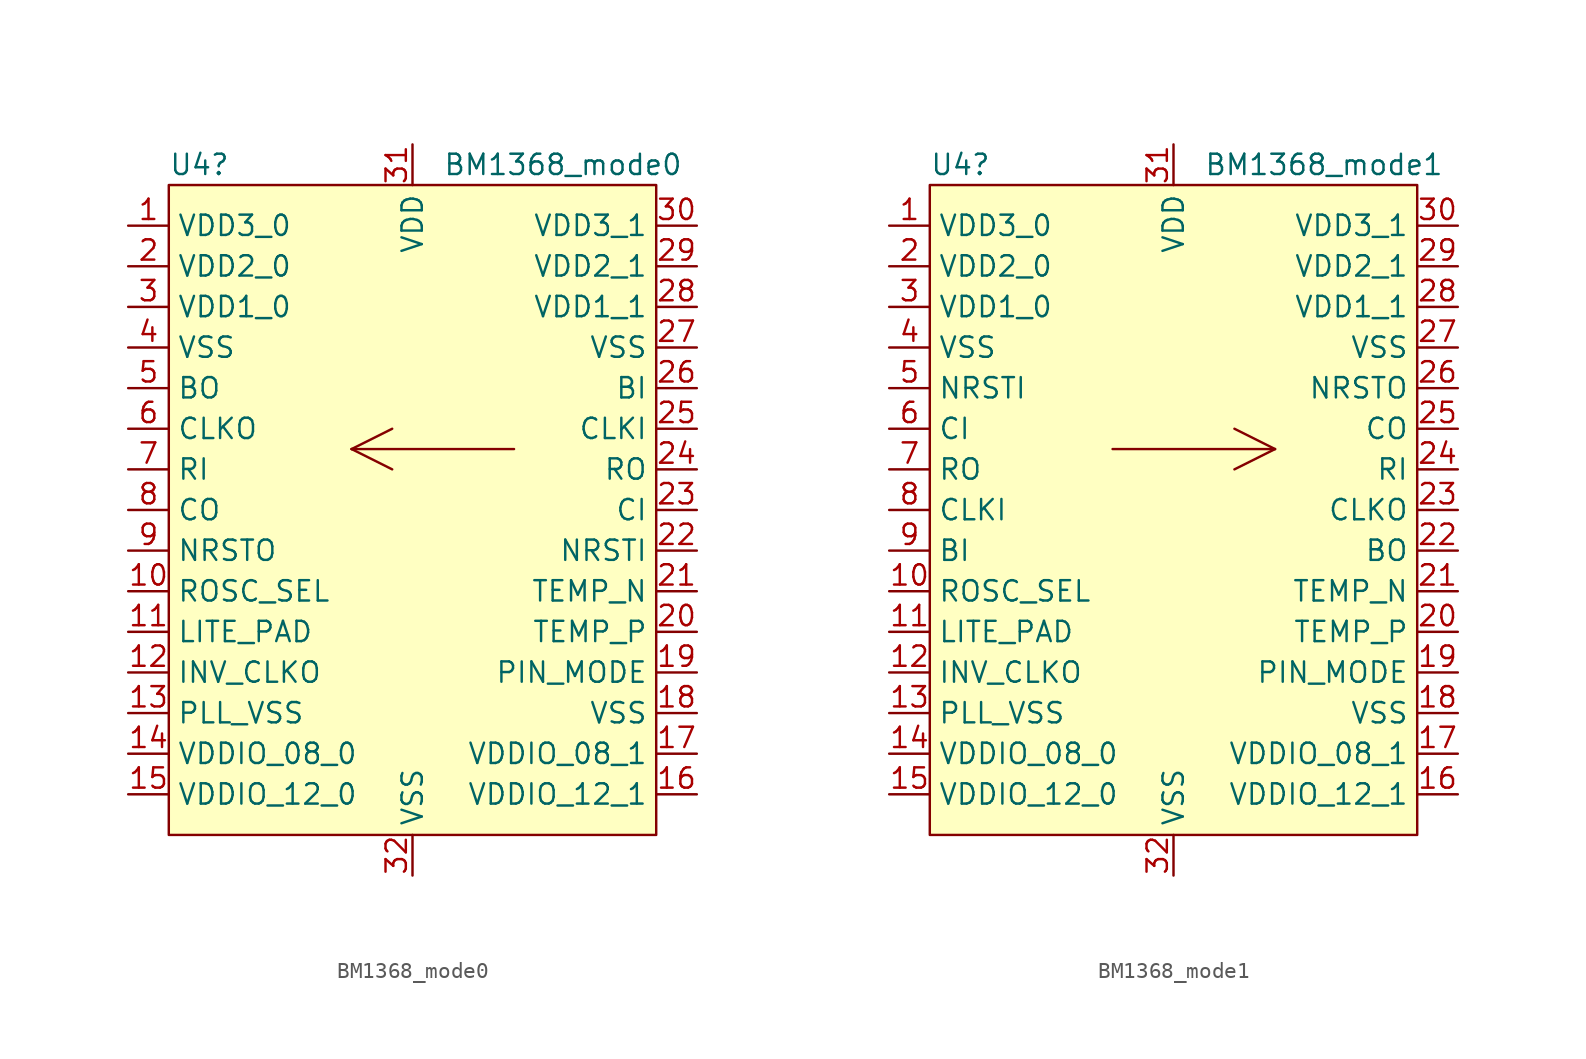
<source format=kicad_sym>
(kicad_symbol_lib
  (version 20231120)
  (generator "kicad_symbol_editor")
  (generator_version "8.0")
  (symbol "BM1368_mode0"
    (property "Reference" "U4"
      (at -15.24 21.59 0)
      (effects (font (size 1.27 1.27)) (justify left)))
    (property "Value" "BM1368_mode0"
      (at 1.905 21.59 0)
      (effects (font (size 1.27 1.27)) (justify left)))
    (symbol "BM1368_mode0_0_1"
      (rectangle (start -15.24 20.32) (end 15.24 -20.32) (stroke (width 0) (type default)) (fill (type background)))
      (polyline (pts (xy -3.81 3.81) (xy -1.27 5.08)) (stroke (width 0) (type default)) (fill (type none)))
      (polyline (pts (xy -3.81 3.81) (xy 6.35 3.81)) (stroke (width 0) (type default)) (fill (type none)))
      (polyline (pts (xy -1.27 2.54) (xy -3.81 3.81)) (stroke (width 0) (type default)) (fill (type none))))
    (symbol "BM1368_mode0_1_1"
      (pin power_in line (at -17.78 17.78 0) (length 2.54) (name "VDD3_0" (effects (font (size 1.27 1.27)))) (number "1" (effects (font (size 1.27 1.27)))))
      (pin unspecified line (at -17.78 -5.08 0) (length 2.54) (name "ROSC_SEL" (effects (font (size 1.27 1.27)))) (number "10" (effects (font (size 1.27 1.27)))))
      (pin unspecified line (at -17.78 -7.62 0) (length 2.54) (name "LITE_PAD" (effects (font (size 1.27 1.27)))) (number "11" (effects (font (size 1.27 1.27)))))
      (pin unspecified line (at -17.78 -10.16 0) (length 2.54) (name "INV_CLKO" (effects (font (size 1.27 1.27)))) (number "12" (effects (font (size 1.27 1.27)))))
      (pin power_in line (at -17.78 -12.7 0) (length 2.54) (name "PLL_VSS" (effects (font (size 1.27 1.27)))) (number "13" (effects (font (size 1.27 1.27)))))
      (pin power_in line (at -17.78 -15.24 0) (length 2.54) (name "VDDIO_08_0" (effects (font (size 1.27 1.27)))) (number "14" (effects (font (size 1.27 1.27)))))
      (pin power_in line (at -17.78 -17.78 0) (length 2.54) (name "VDDIO_12_0" (effects (font (size 1.27 1.27)))) (number "15" (effects (font (size 1.27 1.27)))))
      (pin power_in line (at 17.78 -17.78 180) (length 2.54) (name "VDDIO_12_1" (effects (font (size 1.27 1.27)))) (number "16" (effects (font (size 1.27 1.27)))))
      (pin power_in line (at 17.78 -15.24 180) (length 2.54) (name "VDDIO_08_1" (effects (font (size 1.27 1.27)))) (number "17" (effects (font (size 1.27 1.27)))))
      (pin power_in line (at 17.78 -12.7 180) (length 2.54) (name "VSS" (effects (font (size 1.27 1.27)))) (number "18" (effects (font (size 1.27 1.27)))))
      (pin input line (at 17.78 -10.16 180) (length 2.54) (name "PIN_MODE" (effects (font (size 1.27 1.27)))) (number "19" (effects (font (size 1.27 1.27)))))
      (pin power_in line (at -17.78 15.24 0) (length 2.54) (name "VDD2_0" (effects (font (size 1.27 1.27)))) (number "2" (effects (font (size 1.27 1.27)))))
      (pin unspecified line (at 17.78 -7.62 180) (length 2.54) (name "TEMP_P" (effects (font (size 1.27 1.27)))) (number "20" (effects (font (size 1.27 1.27)))))
      (pin unspecified line (at 17.78 -5.08 180) (length 2.54) (name "TEMP_N" (effects (font (size 1.27 1.27)))) (number "21" (effects (font (size 1.27 1.27)))))
      (pin output line (at 17.78 -2.54 180) (length 2.54) (name "NRSTI" (effects (font (size 1.27 1.27)))) (number "22" (effects (font (size 1.27 1.27)))))
      (pin output line (at 17.78 0 180) (length 2.54) (name "CI" (effects (font (size 1.27 1.27)))) (number "23" (effects (font (size 1.27 1.27)))))
      (pin input line (at 17.78 2.54 180) (length 2.54) (name "RO" (effects (font (size 1.27 1.27)))) (number "24" (effects (font (size 1.27 1.27)))))
      (pin output line (at 17.78 5.08 180) (length 2.54) (name "CLKI" (effects (font (size 1.27 1.27)))) (number "25" (effects (font (size 1.27 1.27)))))
      (pin output line (at 17.78 7.62 180) (length 2.54) (name "BI" (effects (font (size 1.27 1.27)))) (number "26" (effects (font (size 1.27 1.27)))))
      (pin power_in line (at 17.78 10.16 180) (length 2.54) (name "VSS" (effects (font (size 1.27 1.27)))) (number "27" (effects (font (size 1.27 1.27)))))
      (pin power_in line (at 17.78 12.7 180) (length 2.54) (name "VDD1_1" (effects (font (size 1.27 1.27)))) (number "28" (effects (font (size 1.27 1.27)))))
      (pin power_in line (at 17.78 15.24 180) (length 2.54) (name "VDD2_1" (effects (font (size 1.27 1.27)))) (number "29" (effects (font (size 1.27 1.27)))))
      (pin power_in line (at -17.78 12.7 0) (length 2.54) (name "VDD1_0" (effects (font (size 1.27 1.27)))) (number "3" (effects (font (size 1.27 1.27)))))
      (pin power_in line (at 17.78 17.78 180) (length 2.54) (name "VDD3_1" (effects (font (size 1.27 1.27)))) (number "30" (effects (font (size 1.27 1.27)))))
      (pin power_in line (at 0 22.86 270) (length 2.54) (name "VDD" (effects (font (size 1.27 1.27)))) (number "31" (effects (font (size 1.27 1.27)))))
      (pin power_in line (at 0 -22.86 90) (length 2.54) (name "VSS" (effects (font (size 1.27 1.27)))) (number "32" (effects (font (size 1.27 1.27)))))
      (pin power_in line (at -17.78 10.16 0) (length 2.54) (name "VSS" (effects (font (size 1.27 1.27)))) (number "4" (effects (font (size 1.27 1.27)))))
      (pin input line (at -17.78 7.62 0) (length 2.54) (name "BO" (effects (font (size 1.27 1.27)))) (number "5" (effects (font (size 1.27 1.27)))))
      (pin input line (at -17.78 5.08 0) (length 2.54) (name "CLKO" (effects (font (size 1.27 1.27)))) (number "6" (effects (font (size 1.27 1.27)))))
      (pin output line (at -17.78 2.54 0) (length 2.54) (name "RI" (effects (font (size 1.27 1.27)))) (number "7" (effects (font (size 1.27 1.27)))))
      (pin input line (at -17.78 0 0) (length 2.54) (name "CO" (effects (font (size 1.27 1.27)))) (number "8" (effects (font (size 1.27 1.27)))))
      (pin input line (at -17.78 -2.54 0) (length 2.54) (name "NRSTO" (effects (font (size 1.27 1.27)))) (number "9" (effects (font (size 1.27 1.27)))))))
  (symbol "BM1368_mode1"
    (property "Reference" "U4"
      (at -15.24 21.59 0)
      (effects (font (size 1.27 1.27)) (justify left)))
    (property "Value" "BM1368_mode1"
      (at 1.905 21.59 0)
      (effects (font (size 1.27 1.27)) (justify left)))
    (symbol "BM1368_mode1_0_1"
      (rectangle (start -15.24 20.32) (end 15.24 -20.32) (stroke (width 0) (type default)) (fill (type background)))
      (polyline (pts (xy -3.81 3.81) (xy 6.35 3.81)) (stroke (width 0) (type default)) (fill (type none)))
      (polyline (pts (xy 3.81 2.54) (xy 6.35 3.81)) (stroke (width 0) (type default)) (fill (type none)))
      (polyline (pts (xy 3.81 5.08) (xy 6.35 3.81)) (stroke (width 0) (type default)) (fill (type none))))
    (symbol "BM1368_mode1_1_1"
      (pin power_in line (at -17.78 17.78 0) (length 2.54) (name "VDD3_0" (effects (font (size 1.27 1.27)))) (number "1" (effects (font (size 1.27 1.27)))))
      (pin unspecified line (at -17.78 -5.08 0) (length 2.54) (name "ROSC_SEL" (effects (font (size 1.27 1.27)))) (number "10" (effects (font (size 1.27 1.27)))))
      (pin unspecified line (at -17.78 -7.62 0) (length 2.54) (name "LITE_PAD" (effects (font (size 1.27 1.27)))) (number "11" (effects (font (size 1.27 1.27)))))
      (pin unspecified line (at -17.78 -10.16 0) (length 2.54) (name "INV_CLKO" (effects (font (size 1.27 1.27)))) (number "12" (effects (font (size 1.27 1.27)))))
      (pin power_in line (at -17.78 -12.7 0) (length 2.54) (name "PLL_VSS" (effects (font (size 1.27 1.27)))) (number "13" (effects (font (size 1.27 1.27)))))
      (pin power_in line (at -17.78 -15.24 0) (length 2.54) (name "VDDIO_08_0" (effects (font (size 1.27 1.27)))) (number "14" (effects (font (size 1.27 1.27)))))
      (pin power_in line (at -17.78 -17.78 0) (length 2.54) (name "VDDIO_12_0" (effects (font (size 1.27 1.27)))) (number "15" (effects (font (size 1.27 1.27)))))
      (pin power_in line (at 17.78 -17.78 180) (length 2.54) (name "VDDIO_12_1" (effects (font (size 1.27 1.27)))) (number "16" (effects (font (size 1.27 1.27)))))
      (pin power_in line (at 17.78 -15.24 180) (length 2.54) (name "VDDIO_08_1" (effects (font (size 1.27 1.27)))) (number "17" (effects (font (size 1.27 1.27)))))
      (pin power_in line (at 17.78 -12.7 180) (length 2.54) (name "VSS" (effects (font (size 1.27 1.27)))) (number "18" (effects (font (size 1.27 1.27)))))
      (pin input line (at 17.78 -10.16 180) (length 2.54) (name "PIN_MODE" (effects (font (size 1.27 1.27)))) (number "19" (effects (font (size 1.27 1.27)))))
      (pin power_in line (at -17.78 15.24 0) (length 2.54) (name "VDD2_0" (effects (font (size 1.27 1.27)))) (number "2" (effects (font (size 1.27 1.27)))))
      (pin unspecified line (at 17.78 -7.62 180) (length 2.54) (name "TEMP_P" (effects (font (size 1.27 1.27)))) (number "20" (effects (font (size 1.27 1.27)))))
      (pin unspecified line (at 17.78 -5.08 180) (length 2.54) (name "TEMP_N" (effects (font (size 1.27 1.27)))) (number "21" (effects (font (size 1.27 1.27)))))
      (pin output line (at 17.78 -2.54 180) (length 2.54) (name "BO" (effects (font (size 1.27 1.27)))) (number "22" (effects (font (size 1.27 1.27)))))
      (pin output line (at 17.78 0 180) (length 2.54) (name "CLKO" (effects (font (size 1.27 1.27)))) (number "23" (effects (font (size 1.27 1.27)))))
      (pin input line (at 17.78 2.54 180) (length 2.54) (name "RI" (effects (font (size 1.27 1.27)))) (number "24" (effects (font (size 1.27 1.27)))))
      (pin output line (at 17.78 5.08 180) (length 2.54) (name "CO" (effects (font (size 1.27 1.27)))) (number "25" (effects (font (size 1.27 1.27)))))
      (pin output line (at 17.78 7.62 180) (length 2.54) (name "NRSTO" (effects (font (size 1.27 1.27)))) (number "26" (effects (font (size 1.27 1.27)))))
      (pin power_in line (at 17.78 10.16 180) (length 2.54) (name "VSS" (effects (font (size 1.27 1.27)))) (number "27" (effects (font (size 1.27 1.27)))))
      (pin power_in line (at 17.78 12.7 180) (length 2.54) (name "VDD1_1" (effects (font (size 1.27 1.27)))) (number "28" (effects (font (size 1.27 1.27)))))
      (pin power_in line (at 17.78 15.24 180) (length 2.54) (name "VDD2_1" (effects (font (size 1.27 1.27)))) (number "29" (effects (font (size 1.27 1.27)))))
      (pin power_in line (at -17.78 12.7 0) (length 2.54) (name "VDD1_0" (effects (font (size 1.27 1.27)))) (number "3" (effects (font (size 1.27 1.27)))))
      (pin power_in line (at 17.78 17.78 180) (length 2.54) (name "VDD3_1" (effects (font (size 1.27 1.27)))) (number "30" (effects (font (size 1.27 1.27)))))
      (pin power_in line (at 0 22.86 270) (length 2.54) (name "VDD" (effects (font (size 1.27 1.27)))) (number "31" (effects (font (size 1.27 1.27)))))
      (pin power_in line (at 0 -22.86 90) (length 2.54) (name "VSS" (effects (font (size 1.27 1.27)))) (number "32" (effects (font (size 1.27 1.27)))))
      (pin power_in line (at -17.78 10.16 0) (length 2.54) (name "VSS" (effects (font (size 1.27 1.27)))) (number "4" (effects (font (size 1.27 1.27)))))
      (pin input line (at -17.78 7.62 0) (length 2.54) (name "NRSTI" (effects (font (size 1.27 1.27)))) (number "5" (effects (font (size 1.27 1.27)))))
      (pin input line (at -17.78 5.08 0) (length 2.54) (name "CI" (effects (font (size 1.27 1.27)))) (number "6" (effects (font (size 1.27 1.27)))))
      (pin output line (at -17.78 2.54 0) (length 2.54) (name "RO" (effects (font (size 1.27 1.27)))) (number "7" (effects (font (size 1.27 1.27)))))
      (pin input line (at -17.78 0 0) (length 2.54) (name "CLKI" (effects (font (size 1.27 1.27)))) (number "8" (effects (font (size 1.27 1.27)))))
      (pin input line (at -17.78 -2.54 0) (length 2.54) (name "BI" (effects (font (size 1.27 1.27)))) (number "9" (effects (font (size 1.27 1.27))))))))
</source>
